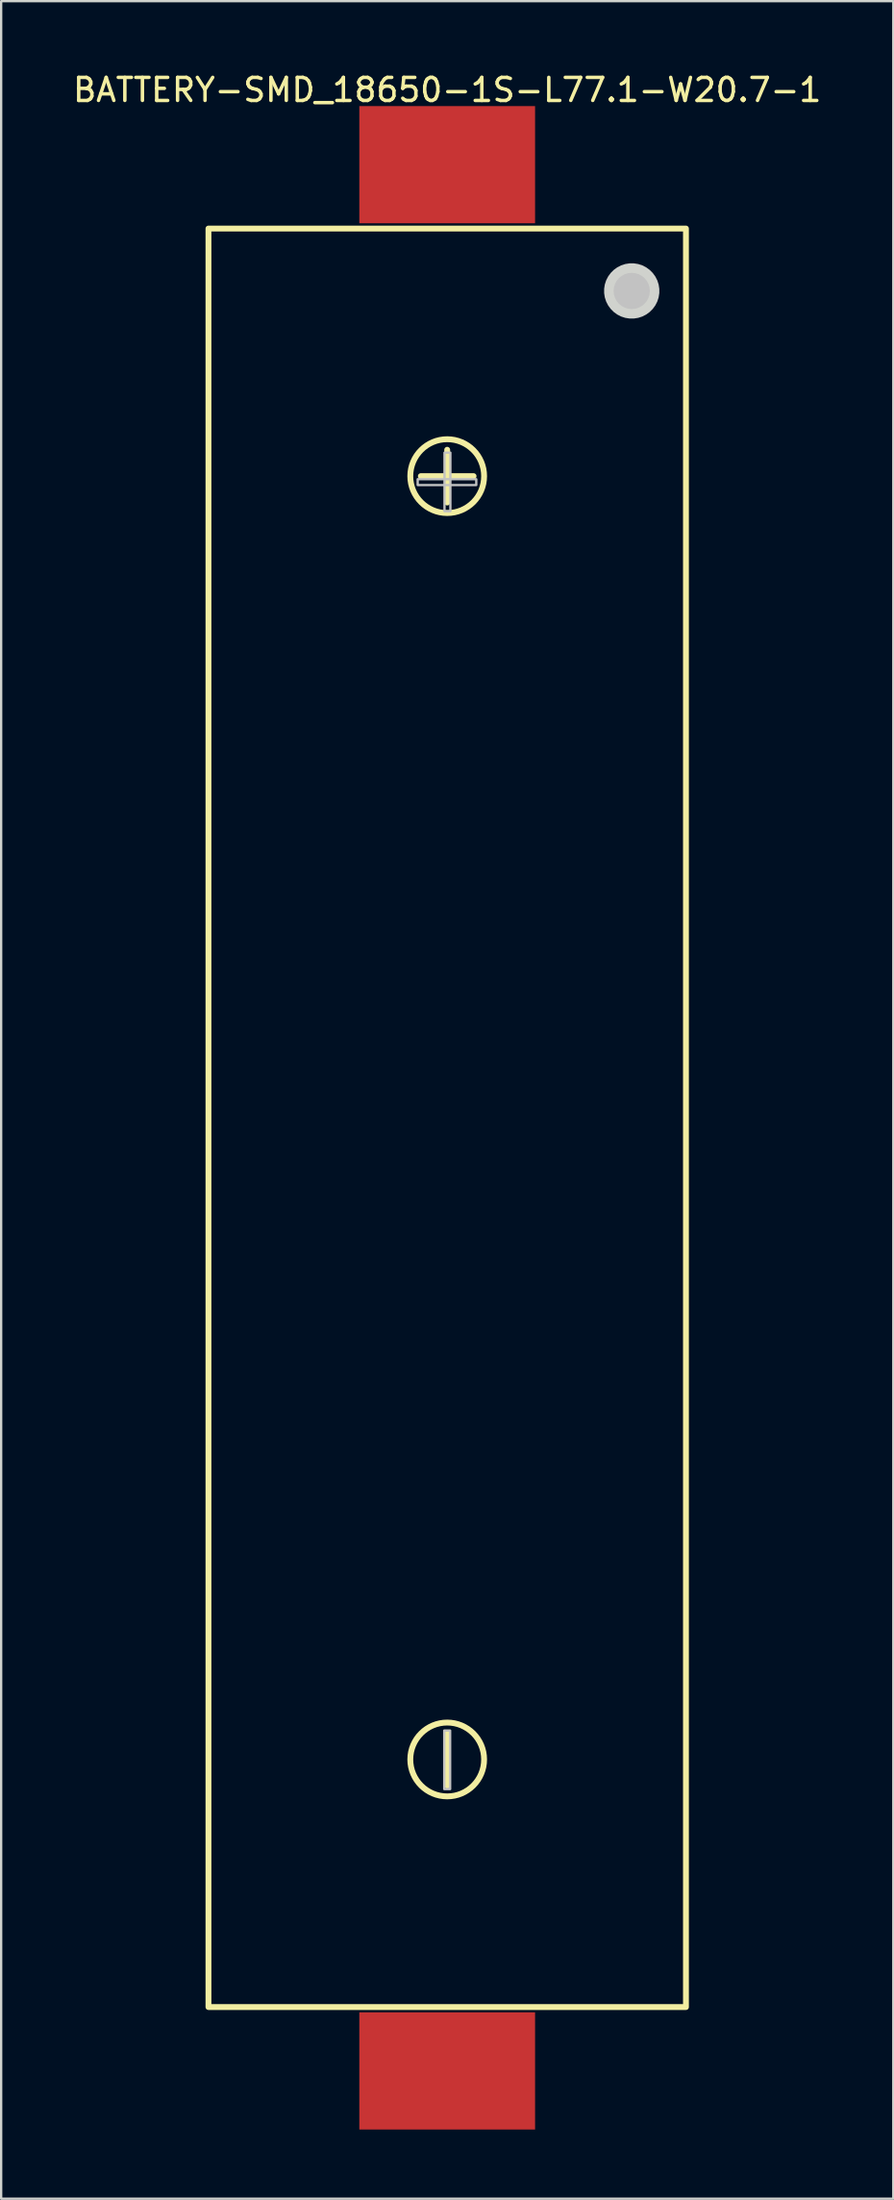
<source format=kicad_pcb>
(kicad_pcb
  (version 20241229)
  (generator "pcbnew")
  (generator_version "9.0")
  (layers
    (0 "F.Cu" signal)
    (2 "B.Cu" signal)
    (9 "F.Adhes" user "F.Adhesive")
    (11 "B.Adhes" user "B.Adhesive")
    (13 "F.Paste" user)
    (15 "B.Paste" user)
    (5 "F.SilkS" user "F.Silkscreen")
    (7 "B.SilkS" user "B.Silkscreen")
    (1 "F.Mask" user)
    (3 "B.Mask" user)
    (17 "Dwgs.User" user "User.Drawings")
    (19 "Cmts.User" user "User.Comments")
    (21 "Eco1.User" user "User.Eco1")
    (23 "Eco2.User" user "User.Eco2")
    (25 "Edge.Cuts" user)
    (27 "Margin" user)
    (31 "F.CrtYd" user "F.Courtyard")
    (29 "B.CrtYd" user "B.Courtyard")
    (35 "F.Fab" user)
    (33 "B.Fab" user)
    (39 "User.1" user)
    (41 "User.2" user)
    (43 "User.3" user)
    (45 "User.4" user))
  (footprint "BATTERY-SMD_18650-1S-L77.1-W20.7-1"
    (layer "F.Cu")
    (at 16.339 45.401)
    (property "Reference" "BATTERY-SMD_18650-1S-L77.1-W20.7-1" (at 0 -44.553 0) (layer "F.SilkS") (effects (font (size 1 1) (thickness 0.15))))
    (fp_line (start 0 -28.956) (end 0 -26.67) (stroke (width 0.254) (type default)) (layer "F.SilkS"))
    (fp_line (start 0 26.67) (end 0 28.956) (stroke (width 0.254) (type default)) (layer "F.SilkS"))
    (fp_line (start 1.143 -27.813) (end -1.143 -27.813) (stroke (width 0.254) (type default)) (layer "F.SilkS"))
    (fp_rect (start -10.351 -38.544) (end 10.351 38.544) (stroke (width 0.254) (type default)) (fill no) (layer "F.SilkS"))
    (fp_circle (center 0 -27.813) (end 1.6 -27.813) (stroke (width 0.254) (type default)) (fill no) (layer "F.SilkS"))
    (fp_circle (center 0 27.813) (end 1.6 27.813) (stroke (width 0.254) (type default)) (fill no) (layer "F.SilkS"))
    (fp_circle (center 8 -35.84) (end 8.393 -35.84) (stroke (width 0.786) (type default)) (fill no) (layer "Dwgs.User"))
    (fp_poly (pts (xy 0.127 26.558) (xy -0.128 26.558) (xy -0.128 29.098) (xy 0.127 29.098)) (stroke (width 0.1) (type default)) (fill no) (layer "Dwgs.User"))
    (fp_poly (pts (xy 0.138 -28.831) (xy -0.117 -28.831) (xy -0.117 -26.291) (xy 0.138 -26.291)) (stroke (width 0.1) (type default)) (fill no) (layer "Dwgs.User"))
    (fp_poly (pts (xy 1.26 -27.427) (xy 1.26 -27.681) (xy -1.28 -27.681) (xy -1.28 -27.427)) (stroke (width 0.1) (type default)) (fill no) (layer "Dwgs.User"))
    (fp_poly (pts (xy 9.196 -35.934) (xy 9.167 -36.12) (xy 9.109 -36.299) (xy 9.023 -36.467) (xy 8.912 -36.619) (xy 8.779 -36.752) (xy 8.627 -36.863) (xy 8.459 -36.949) (xy 8.28 -37.007) (xy 8.094 -37.036) (xy 7.906 -37.036) (xy 7.72 -37.007) (xy 7.541 -36.949) (xy 7.373 -36.863) (xy 7.221 -36.752) (xy 7.088 -36.619) (xy 6.977 -36.467) (xy 6.891 -36.299) (xy 6.833 -36.12) (xy 6.804 -35.934) (xy 6.804 -35.746) (xy 6.833 -35.56) (xy 6.891 -35.381) (xy 6.977 -35.213) (xy 7.088 -35.061) (xy 7.221 -34.928) (xy 7.373 -34.817) (xy 7.541 -34.731) (xy 7.72 -34.673) (xy 7.906 -34.644) (xy 8.094 -34.644) (xy 8.28 -34.673) (xy 8.459 -34.731) (xy 8.627 -34.817) (xy 8.779 -34.928) (xy 8.912 -35.061) (xy 9.023 -35.213) (xy 9.109 -35.381) (xy 9.167 -35.56) (xy 9.196 -35.746)) (stroke (width 0) (type default)) (fill yes) (layer "Edge.Cuts"))
    (fp_poly (pts (xy -3.175 -43.015) (xy -3.175 -38.519) (xy 3.175 -38.519) (xy 3.175 -42.964)) (stroke (width 0.1) (type default)) (fill no) (layer "User.1"))
    (fp_poly (pts (xy -3.175 38.417) (xy -3.175 43.015) (xy 3.175 43.015) (xy 3.175 38.417)) (stroke (width 0.1) (type default)) (fill no) (layer "User.1"))
    (fp_line (start -10.35 -38.525) (end -10.35 38.525) (stroke (width 0.051) (type default)) (layer "User.2"))
    (fp_line (start -10.35 38.525) (end 9.5 38.5) (stroke (width 0.051) (type default)) (layer "User.2"))
    (fp_line (start -10 38) (end -9.8 0) (stroke (width 0.051) (type default)) (layer "User.2"))
    (fp_line (start -9.8 -38) (end 9.9 -38) (stroke (width 0.051) (type default)) (layer "User.2"))
    (fp_line (start -9.8 0) (end -9.8 -38) (stroke (width 0.051) (type default)) (layer "User.2"))
    (fp_line (start 9.5 38) (end -10 38) (stroke (width 0.051) (type default)) (layer "User.2"))
    (fp_line (start 9.5 38.5) (end 9.5 38) (stroke (width 0.051) (type default)) (layer "User.2"))
    (fp_line (start 9.7 0.3) (end 9.8 38.5) (stroke (width 0.051) (type default)) (layer "User.2"))
    (fp_line (start 9.8 38.5) (end 10.35 38.525) (stroke (width 0.051) (type default)) (layer "User.2"))
    (fp_line (start 9.9 -38) (end 9.7 0.3) (stroke (width 0.051) (type default)) (layer "User.2"))
    (fp_line (start 10.35 -38.525) (end -10.35 -38.525) (stroke (width 0.051) (type default)) (layer "User.2"))
    (fp_line (start 10.35 38.525) (end 10.35 -38.525) (stroke (width 0.051) (type default)) (layer "User.2"))
    (fp_poly (pts (xy 10.405 42.992) (xy 10.373 42.96) (xy 10.327 42.96) (xy 10.295 42.992) (xy 10.295 43.038) (xy 10.327 43.07) (xy 10.373 43.07) (xy 10.405 43.038)) (stroke (width 0.1) (type default)) (fill no) (layer "User.3"))
    (pad "1" smd rect (at 0 41.313) (size 7.62 5.08) (layers "F.Cu" "F.Mask" "F.Paste"))
    (pad "2" smd rect (at 0 -41.313) (size 7.62 5.08) (layers "F.Cu" "F.Mask" "F.Paste")))
  (gr_rect
    (start -3 -3)
    (end 35.679 92.254)
    (stroke (width 0.1) (type default))
    (fill no)
    (layer "Edge.Cuts")))
</source>
